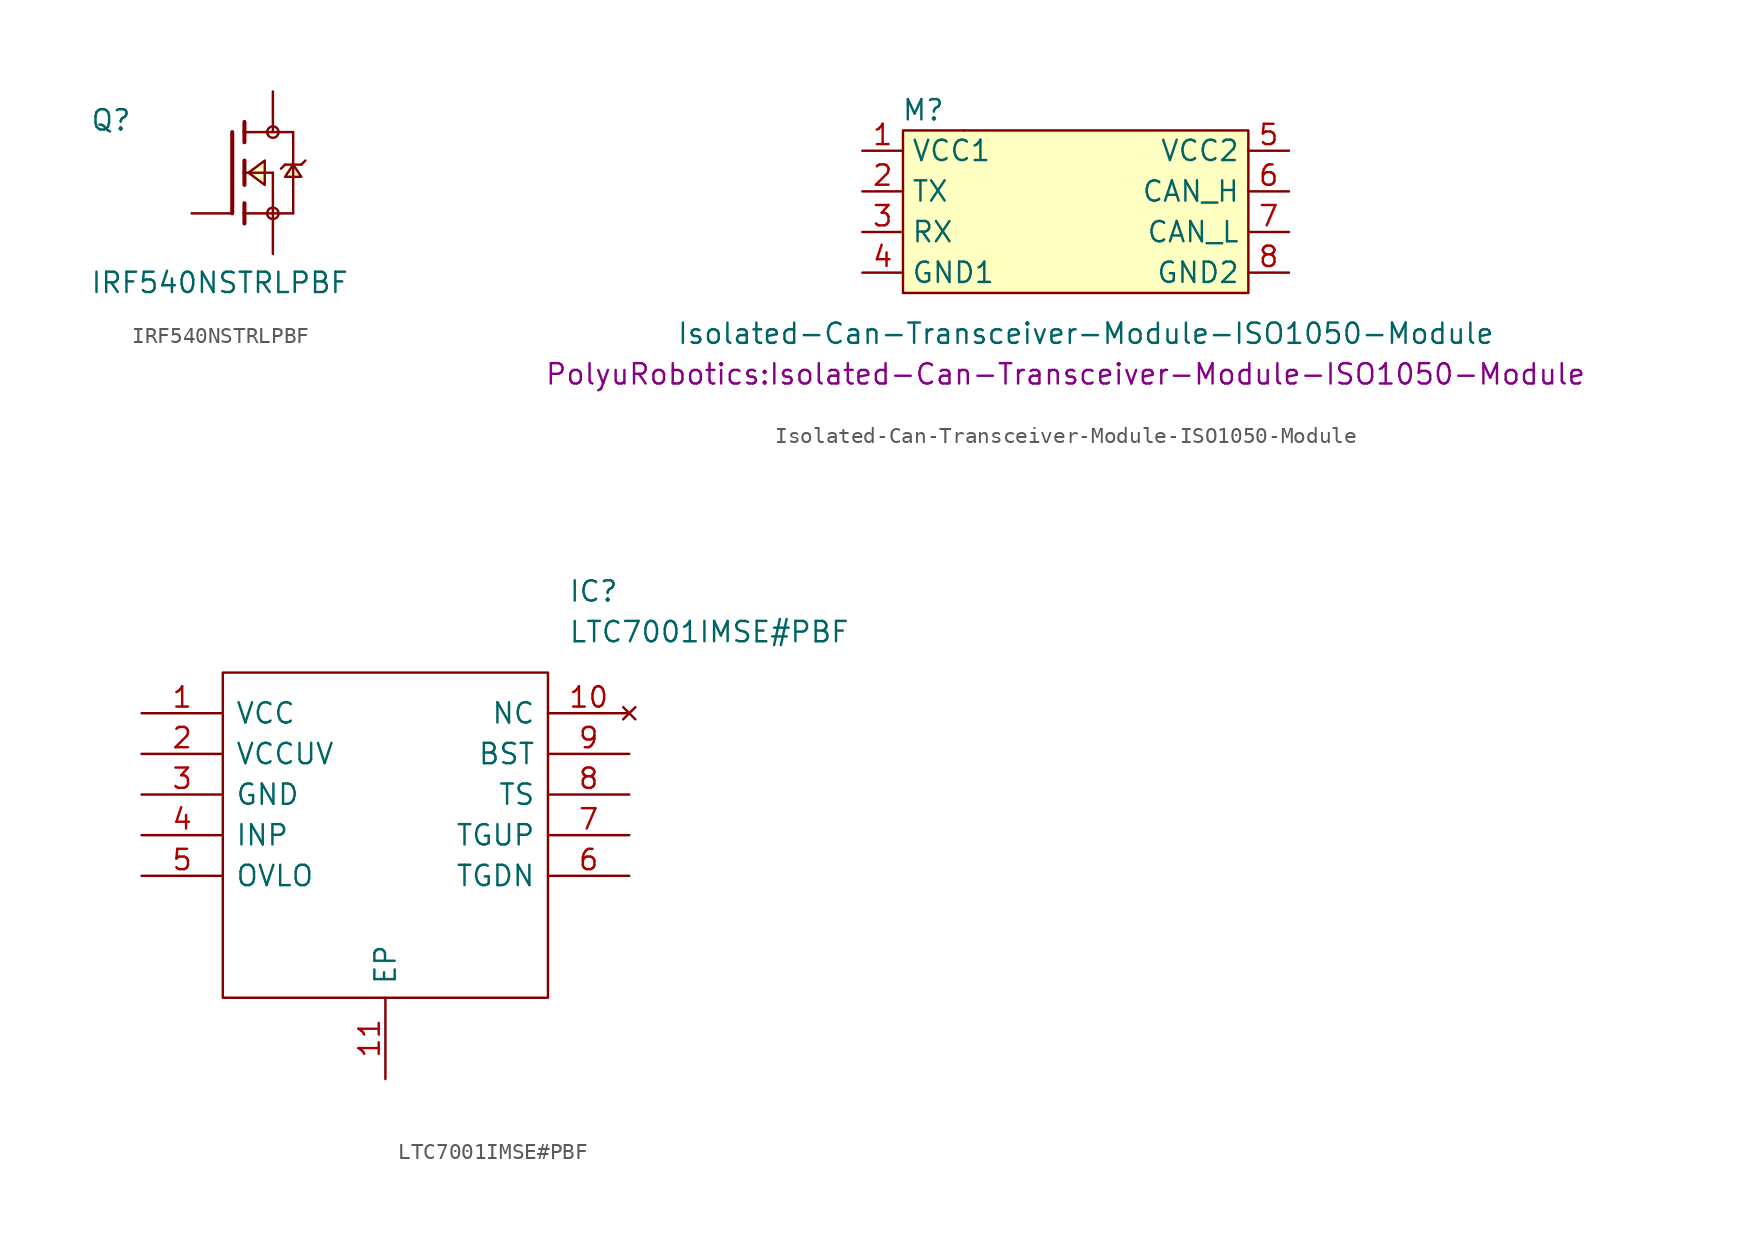
<source format=kicad_sym>
(kicad_symbol_lib
  (version 20211014)
  (generator kicad_symbol_editor)
  (symbol "IRF540NSTRLPBF"
    (pin_numbers hide)
    (pin_names
      (offset 1.016) hide)
    (property "Reference" "Q"
      (at -8.89 2.54 0)
      (effects (font (size 1.27 1.27)) (justify left bottom)))
    (property "Value" "IRF540NSTRLPBF"
      (at -8.89 -7.62 0)
      (effects (font (size 1.27 1.27)) (justify left bottom)))
    (symbol "IRF540NSTRLPBF_0_0"
      (polyline (pts (xy 0 2.54) (xy 0 -2.54)) (stroke (width 0.254) (type default) (color 0 0 0 0)) (fill (type none)))
      (polyline (pts (xy 0.762 -2.54) (xy 0.762 -3.175)) (stroke (width 0.254) (type default) (color 0 0 0 0)) (fill (type none)))
      (polyline (pts (xy 0.762 -1.905) (xy 0.762 -2.54)) (stroke (width 0.254) (type default) (color 0 0 0 0)) (fill (type none)))
      (polyline (pts (xy 0.762 0) (xy 0.762 -0.762)) (stroke (width 0.254) (type default) (color 0 0 0 0)) (fill (type none)))
      (polyline (pts (xy 0.762 0) (xy 2.54 0)) (stroke (width 0.152) (type default) (color 0 0 0 0)) (fill (type none)))
      (polyline (pts (xy 0.762 0.762) (xy 0.762 0)) (stroke (width 0.254) (type default) (color 0 0 0 0)) (fill (type none)))
      (polyline (pts (xy 0.762 2.54) (xy 0.762 1.905)) (stroke (width 0.254) (type default) (color 0 0 0 0)) (fill (type none)))
      (polyline (pts (xy 0.762 2.54) (xy 3.81 2.54)) (stroke (width 0.152) (type default) (color 0 0 0 0)) (fill (type none)))
      (polyline (pts (xy 0.762 3.175) (xy 0.762 2.54)) (stroke (width 0.254) (type default) (color 0 0 0 0)) (fill (type none)))
      (polyline (pts (xy 2.54 -2.54) (xy 0.762 -2.54)) (stroke (width 0.152) (type default) (color 0 0 0 0)) (fill (type none)))
      (polyline (pts (xy 2.54 -2.54) (xy 3.81 -2.54)) (stroke (width 0.152) (type default) (color 0 0 0 0)) (fill (type none)))
      (polyline (pts (xy 2.54 0) (xy 2.54 -2.54)) (stroke (width 0.152) (type default) (color 0 0 0 0)) (fill (type none)))
      (polyline (pts (xy 3.302 0.508) (xy 3.048 0.254)) (stroke (width 0.152) (type default) (color 0 0 0 0)) (fill (type none)))
      (polyline (pts (xy 3.81 0.508) (xy 3.302 0.508)) (stroke (width 0.152) (type default) (color 0 0 0 0)) (fill (type none)))
      (polyline (pts (xy 3.81 0.508) (xy 3.81 -2.54)) (stroke (width 0.152) (type default) (color 0 0 0 0)) (fill (type none)))
      (polyline (pts (xy 3.81 2.54) (xy 3.81 0.508)) (stroke (width 0.152) (type default) (color 0 0 0 0)) (fill (type none)))
      (polyline (pts (xy 4.318 0.508) (xy 3.81 0.508)) (stroke (width 0.152) (type default) (color 0 0 0 0)) (fill (type none)))
      (polyline (pts (xy 4.572 0.762) (xy 4.318 0.508)) (stroke (width 0.152) (type default) (color 0 0 0 0)) (fill (type none)))
      (polyline (pts (xy 1.016 0) (xy 2.032 0.762) (xy 2.032 -0.762) (xy 1.016 0)) (stroke (width 0.152) (type default) (color 0 0 0 0)) (fill (type background)))
      (polyline (pts (xy 3.81 0.508) (xy 3.302 -0.254) (xy 4.318 -0.254) (xy 3.81 0.508)) (stroke (width 0.152) (type default) (color 0 0 0 0)) (fill (type background)))
      (circle (center 2.54 -2.54) (radius 0.356) (stroke (width 0) (type default) (color 0 0 0 0)) (fill (type none)))
      (circle (center 2.54 2.54) (radius 0.356) (stroke (width 0) (type default) (color 0 0 0 0)) (fill (type none)))
      (pin passive line (at -2.54 -2.54 0) (length 2.54) (name "~" (effects (font (size 1.016 1.016)))) (number "1" (effects (font (size 1.016 1.016)))))
      (pin passive line (at 2.54 5.08 270) (length 2.54) (name "~" (effects (font (size 1.016 1.016)))) (number "2" (effects (font (size 1.016 1.016)))))
      (pin passive line (at 2.54 -5.08 90) (length 2.54) (name "~" (effects (font (size 1.016 1.016)))) (number "3" (effects (font (size 1.016 1.016)))))))
  (symbol "Isolated-Can-Transceiver-Module-ISO1050-Module"
    (property "Reference" "M"
      (at -10.16 7.62 0)
      (effects (font (size 1.27 1.27))))
    (property "Value" "Isolated-Can-Transceiver-Module-ISO1050-Module"
      (at 0 -6.35 0)
      (effects (font (size 1.27 1.27))))
    (property "Footprint" "PolyuRobotics:Isolated-Can-Transceiver-Module-ISO1050-Module"
      (at -1.27 -8.89 0)
      (effects (font (size 1.27 1.27))))
    (symbol "Isolated-Can-Transceiver-Module-ISO1050-Module_0_0"
      (text "" (at -1.27 5.08 0) (effects (font (size 1.27 1.27)))))
    (symbol "Isolated-Can-Transceiver-Module-ISO1050-Module_0_1"
      (rectangle (start -11.43 6.35) (end 10.16 -3.81) (stroke (width 0) (type default) (color 0 0 0 0)) (fill (type background)))
      (rectangle (start -7.62 6.35) (end -7.62 6.35) (stroke (width 0) (type default) (color 0 0 0 0)) (fill (type none))))
    (symbol "Isolated-Can-Transceiver-Module-ISO1050-Module_1_1"
      (pin power_in line (at -13.97 5.08 0) (length 2.54) (name "VCC1" (effects (font (size 1.27 1.27)))) (number "1" (effects (font (size 1.27 1.27)))))
      (pin bidirectional line (at -13.97 2.54 0) (length 2.54) (name "TX" (effects (font (size 1.27 1.27)))) (number "2" (effects (font (size 1.27 1.27)))))
      (pin bidirectional line (at -13.97 0 0) (length 2.54) (name "RX" (effects (font (size 1.27 1.27)))) (number "3" (effects (font (size 1.27 1.27)))))
      (pin power_in line (at -13.97 -2.54 0) (length 2.54) (name "GND1" (effects (font (size 1.27 1.27)))) (number "4" (effects (font (size 1.27 1.27)))))
      (pin power_in line (at 12.7 5.08 180) (length 2.54) (name "VCC2" (effects (font (size 1.27 1.27)))) (number "5" (effects (font (size 1.27 1.27)))))
      (pin bidirectional line (at 12.7 2.54 180) (length 2.54) (name "CAN_H" (effects (font (size 1.27 1.27)))) (number "6" (effects (font (size 1.27 1.27)))))
      (pin bidirectional line (at 12.7 0 180) (length 2.54) (name "CAN_L" (effects (font (size 1.27 1.27)))) (number "7" (effects (font (size 1.27 1.27)))))
      (pin power_in line (at 12.7 -2.54 180) (length 2.54) (name "GND2" (effects (font (size 1.27 1.27)))) (number "8" (effects (font (size 1.27 1.27)))))))
  (symbol "LTC7001IMSE#PBF"
    (pin_names
      (offset 0.762))
    (property "Reference" "IC"
      (at 26.67 7.62 0)
      (effects (font (size 1.27 1.27)) (justify left)))
    (property "Value" "LTC7001IMSE#PBF"
      (at 26.67 5.08 0)
      (effects (font (size 1.27 1.27)) (justify left)))
    (symbol "LTC7001IMSE#PBF_0_0"
      (pin passive line (at 0 0 0) (length 5.08) (name "VCC" (effects (font (size 1.27 1.27)))) (number "1" (effects (font (size 1.27 1.27)))))
      (pin no_connect line (at 30.48 0 180) (length 5.08) (name "NC" (effects (font (size 1.27 1.27)))) (number "10" (effects (font (size 1.27 1.27)))))
      (pin passive line (at 15.24 -22.86 90) (length 5.08) (name "EP" (effects (font (size 1.27 1.27)))) (number "11" (effects (font (size 1.27 1.27)))))
      (pin passive line (at 0 -2.54 0) (length 5.08) (name "VCCUV" (effects (font (size 1.27 1.27)))) (number "2" (effects (font (size 1.27 1.27)))))
      (pin passive line (at 0 -5.08 0) (length 5.08) (name "GND" (effects (font (size 1.27 1.27)))) (number "3" (effects (font (size 1.27 1.27)))))
      (pin passive line (at 0 -7.62 0) (length 5.08) (name "INP" (effects (font (size 1.27 1.27)))) (number "4" (effects (font (size 1.27 1.27)))))
      (pin passive line (at 0 -10.16 0) (length 5.08) (name "OVLO" (effects (font (size 1.27 1.27)))) (number "5" (effects (font (size 1.27 1.27)))))
      (pin passive line (at 30.48 -10.16 180) (length 5.08) (name "TGDN" (effects (font (size 1.27 1.27)))) (number "6" (effects (font (size 1.27 1.27)))))
      (pin passive line (at 30.48 -7.62 180) (length 5.08) (name "TGUP" (effects (font (size 1.27 1.27)))) (number "7" (effects (font (size 1.27 1.27)))))
      (pin passive line (at 30.48 -5.08 180) (length 5.08) (name "TS" (effects (font (size 1.27 1.27)))) (number "8" (effects (font (size 1.27 1.27)))))
      (pin passive line (at 30.48 -2.54 180) (length 5.08) (name "BST" (effects (font (size 1.27 1.27)))) (number "9" (effects (font (size 1.27 1.27))))))
    (symbol "LTC7001IMSE#PBF_0_1"
      (polyline (pts (xy 5.08 2.54) (xy 25.4 2.54) (xy 25.4 -17.78) (xy 5.08 -17.78) (xy 5.08 2.54)) (stroke (width 0.152) (type default) (color 0 0 0 0)) (fill (type none))))))
</source>
